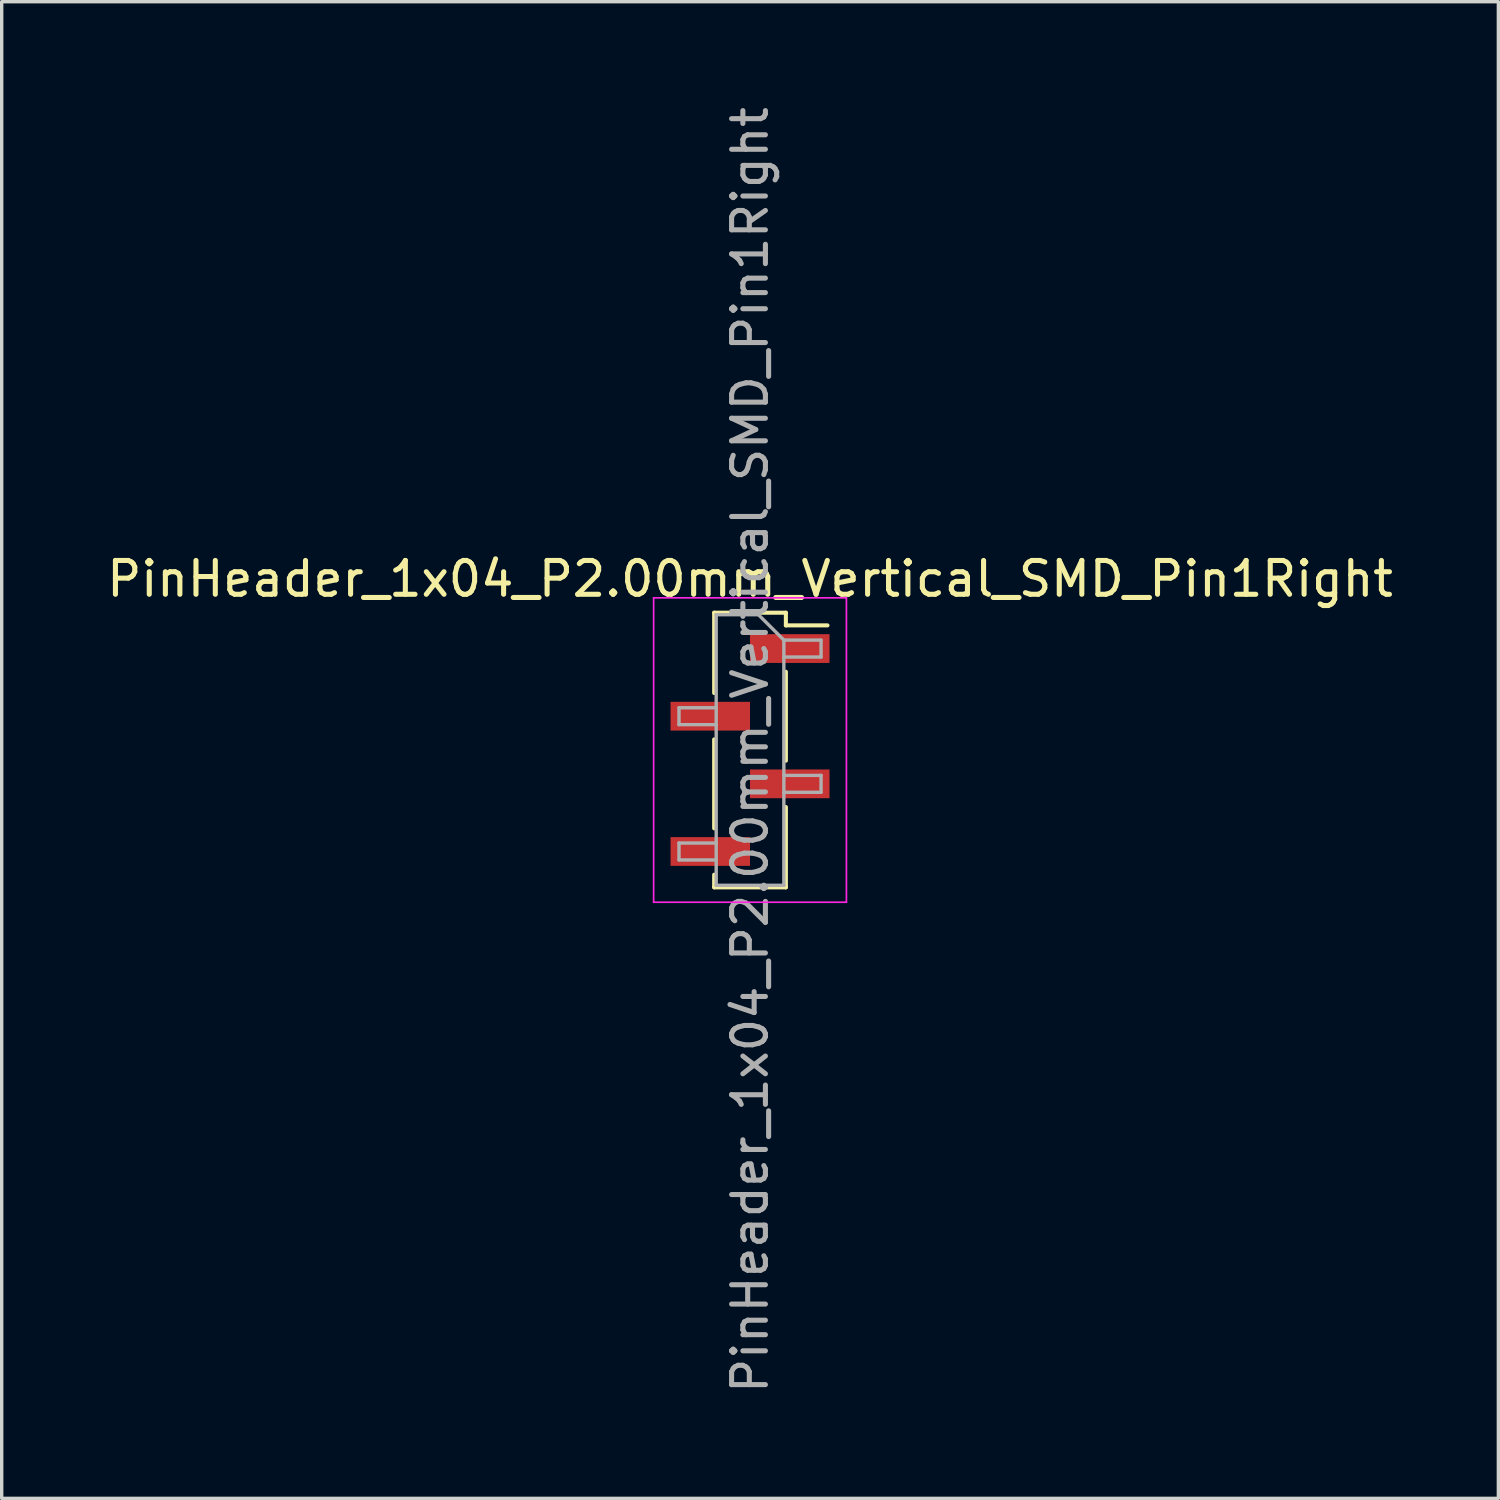
<source format=kicad_pcb>
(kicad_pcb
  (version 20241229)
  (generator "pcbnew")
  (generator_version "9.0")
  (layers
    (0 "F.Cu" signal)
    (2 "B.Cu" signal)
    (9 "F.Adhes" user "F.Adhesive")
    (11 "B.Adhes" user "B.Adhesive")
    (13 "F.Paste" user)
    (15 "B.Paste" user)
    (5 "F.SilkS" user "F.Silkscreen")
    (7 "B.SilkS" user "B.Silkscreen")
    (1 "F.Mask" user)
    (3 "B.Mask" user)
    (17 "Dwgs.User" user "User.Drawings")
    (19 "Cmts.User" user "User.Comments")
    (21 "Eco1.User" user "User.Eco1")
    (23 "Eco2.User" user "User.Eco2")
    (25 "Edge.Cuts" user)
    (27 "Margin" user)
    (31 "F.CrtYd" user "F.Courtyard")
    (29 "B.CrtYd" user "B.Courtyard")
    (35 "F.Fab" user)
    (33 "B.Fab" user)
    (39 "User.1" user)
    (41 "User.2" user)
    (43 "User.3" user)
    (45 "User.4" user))
  (footprint "PinHeader_1x04_P2.00mm_Vertical_SMD_Pin1Right"
    (layer "F.Cu")
    (at 19.125 19.125)
    (property "Reference" "PinHeader_1x04_P2.00mm_Vertical_SMD_Pin1Right" (at 0 -5.06 0) (layer "F.SilkS") (effects (font (size 1 1) (thickness 0.15))))
    (attr smd)
    (fp_line (start -1.06 -4.06) (end -1.06 -1.685) (stroke (width 0.12) (type solid)) (layer "F.SilkS"))
    (fp_line (start -1.06 -4.06) (end 1.06 -4.06) (stroke (width 0.12) (type solid)) (layer "F.SilkS"))
    (fp_line (start -1.06 -0.315) (end -1.06 2.315) (stroke (width 0.12) (type solid)) (layer "F.SilkS"))
    (fp_line (start -1.06 3.685) (end -1.06 4.06) (stroke (width 0.12) (type solid)) (layer "F.SilkS"))
    (fp_line (start -1.06 4.06) (end 1.06 4.06) (stroke (width 0.12) (type solid)) (layer "F.SilkS"))
    (fp_line (start 1.06 -4.06) (end 1.06 -3.685) (stroke (width 0.12) (type solid)) (layer "F.SilkS"))
    (fp_line (start 1.06 -3.685) (end 2.29 -3.685) (stroke (width 0.12) (type solid)) (layer "F.SilkS"))
    (fp_line (start 1.06 -2.315) (end 1.06 0.315) (stroke (width 0.12) (type solid)) (layer "F.SilkS"))
    (fp_line (start 1.06 1.685) (end 1.06 4.06) (stroke (width 0.12) (type solid)) (layer "F.SilkS"))
    (fp_line (start -2.85 -4.5) (end -2.85 4.5) (stroke (width 0.05) (type solid)) (layer "F.CrtYd"))
    (fp_line (start -2.85 4.5) (end 2.85 4.5) (stroke (width 0.05) (type solid)) (layer "F.CrtYd"))
    (fp_line (start 2.85 -4.5) (end -2.85 -4.5) (stroke (width 0.05) (type solid)) (layer "F.CrtYd"))
    (fp_line (start 2.85 4.5) (end 2.85 -4.5) (stroke (width 0.05) (type solid)) (layer "F.CrtYd"))
    (fp_line (start -2.1 -1.25) (end -2.1 -0.75) (stroke (width 0.1) (type solid)) (layer "F.Fab"))
    (fp_line (start -2.1 -0.75) (end -1 -0.75) (stroke (width 0.1) (type solid)) (layer "F.Fab"))
    (fp_line (start -2.1 2.75) (end -2.1 3.25) (stroke (width 0.1) (type solid)) (layer "F.Fab"))
    (fp_line (start -2.1 3.25) (end -1 3.25) (stroke (width 0.1) (type solid)) (layer "F.Fab"))
    (fp_line (start -1 -4) (end -1 4) (stroke (width 0.1) (type solid)) (layer "F.Fab"))
    (fp_line (start -1 -4) (end 0.25 -4) (stroke (width 0.1) (type solid)) (layer "F.Fab"))
    (fp_line (start -1 -1.25) (end -2.1 -1.25) (stroke (width 0.1) (type solid)) (layer "F.Fab"))
    (fp_line (start -1 2.75) (end -2.1 2.75) (stroke (width 0.1) (type solid)) (layer "F.Fab"))
    (fp_line (start 1 -3.25) (end 0.25 -4) (stroke (width 0.1) (type solid)) (layer "F.Fab"))
    (fp_line (start 1 -3.25) (end 2.1 -3.25) (stroke (width 0.1) (type solid)) (layer "F.Fab"))
    (fp_line (start 1 0.75) (end 2.1 0.75) (stroke (width 0.1) (type solid)) (layer "F.Fab"))
    (fp_line (start 1 4) (end -1 4) (stroke (width 0.1) (type solid)) (layer "F.Fab"))
    (fp_line (start 1 4) (end 1 -3.25) (stroke (width 0.1) (type solid)) (layer "F.Fab"))
    (fp_line (start 2.1 -3.25) (end 2.1 -2.75) (stroke (width 0.1) (type solid)) (layer "F.Fab"))
    (fp_line (start 2.1 -2.75) (end 1 -2.75) (stroke (width 0.1) (type solid)) (layer "F.Fab"))
    (fp_line (start 2.1 0.75) (end 2.1 1.25) (stroke (width 0.1) (type solid)) (layer "F.Fab"))
    (fp_line (start 2.1 1.25) (end 1 1.25) (stroke (width 0.1) (type solid)) (layer "F.Fab"))
    (fp_text user "${REFERENCE}" (at 0 0 90) (layer "F.Fab") (effects (font (size 1 1) (thickness 0.15))))
    (pad "1" smd rect (at 1.175 -3) (size 2.35 0.85) (layers "F.Cu" "F.Mask" "F.Paste"))
    (pad "2" smd rect (at -1.175 -1) (size 2.35 0.85) (layers "F.Cu" "F.Mask" "F.Paste"))
    (pad "3" smd rect (at 1.175 1) (size 2.35 0.85) (layers "F.Cu" "F.Mask" "F.Paste"))
    (pad "4" smd rect (at -1.175 3) (size 2.35 0.85) (layers "F.Cu" "F.Mask" "F.Paste")))
  (gr_rect
    (start -3 -3)
    (end 41.25 41.25)
    (stroke (width 0.1) (type default))
    (fill no)
    (layer "Edge.Cuts")))
</source>
